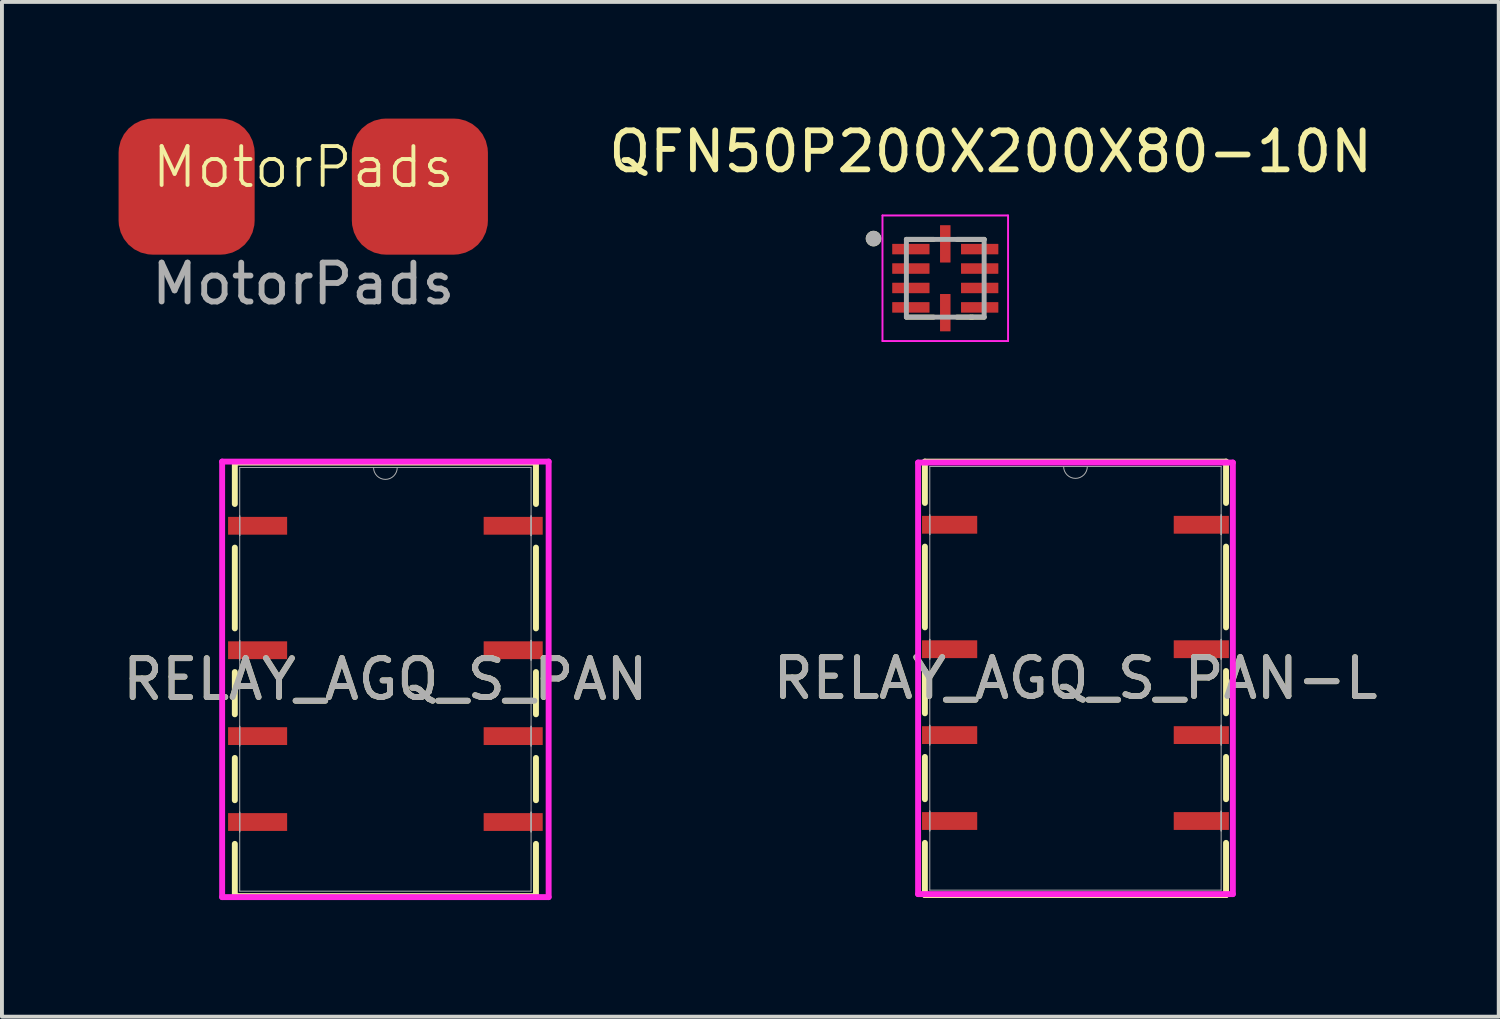
<source format=kicad_pcb>
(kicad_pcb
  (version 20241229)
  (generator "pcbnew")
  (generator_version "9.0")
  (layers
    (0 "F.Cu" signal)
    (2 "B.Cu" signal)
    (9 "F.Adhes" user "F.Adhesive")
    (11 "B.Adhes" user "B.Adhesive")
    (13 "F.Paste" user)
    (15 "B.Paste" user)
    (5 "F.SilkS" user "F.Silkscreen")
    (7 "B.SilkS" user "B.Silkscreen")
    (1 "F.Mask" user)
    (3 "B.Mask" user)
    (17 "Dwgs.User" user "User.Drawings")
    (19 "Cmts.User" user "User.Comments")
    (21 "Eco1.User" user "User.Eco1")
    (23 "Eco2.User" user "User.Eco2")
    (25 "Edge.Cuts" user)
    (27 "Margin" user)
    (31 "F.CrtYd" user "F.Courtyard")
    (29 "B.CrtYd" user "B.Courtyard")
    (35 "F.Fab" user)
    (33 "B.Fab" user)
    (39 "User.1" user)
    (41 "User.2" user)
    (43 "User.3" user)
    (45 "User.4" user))
  (footprint "RELAY_AGQ_S_PAN"
    (layer "F.Cu")
    (at 6.863 14.424)
    (property "Reference" "RELAY_AGQ_S_PAN" (at 0 0 0) (unlocked yes) (layer "F.SilkS") (effects (font (size 1 1) (thickness 0.15))))
    (attr smd)
    (fp_line (start -3.873 -5.575) (end -3.873 -4.511) (stroke (width 0.152) (type solid)) (layer "F.SilkS"))
    (fp_line (start -3.873 -3.388) (end -3.873 -1.311) (stroke (width 0.152) (type solid)) (layer "F.SilkS"))
    (fp_line (start -3.873 -0.188) (end -3.873 0.899) (stroke (width 0.152) (type solid)) (layer "F.SilkS"))
    (fp_line (start -3.873 2.022) (end -3.873 3.109) (stroke (width 0.152) (type solid)) (layer "F.SilkS"))
    (fp_line (start -3.873 4.232) (end -3.873 5.575) (stroke (width 0.152) (type solid)) (layer "F.SilkS"))
    (fp_line (start -3.873 5.575) (end 3.873 5.575) (stroke (width 0.152) (type solid)) (layer "F.SilkS"))
    (fp_line (start 3.873 -5.575) (end -3.873 -5.575) (stroke (width 0.152) (type solid)) (layer "F.SilkS"))
    (fp_line (start 3.873 -4.511) (end 3.873 -5.575) (stroke (width 0.152) (type solid)) (layer "F.SilkS"))
    (fp_line (start 3.873 -1.311) (end 3.873 -3.388) (stroke (width 0.152) (type solid)) (layer "F.SilkS"))
    (fp_line (start 3.873 0.899) (end 3.873 -0.188) (stroke (width 0.152) (type solid)) (layer "F.SilkS"))
    (fp_line (start 3.873 3.109) (end 3.873 2.022) (stroke (width 0.152) (type solid)) (layer "F.SilkS"))
    (fp_line (start 3.873 5.575) (end 3.873 4.232) (stroke (width 0.152) (type solid)) (layer "F.SilkS"))
    (fp_line (start -4.199 -5.601) (end 4.199 -5.601) (stroke (width 0.152) (type solid)) (layer "F.CrtYd"))
    (fp_line (start -4.199 5.601) (end -4.199 -5.601) (stroke (width 0.152) (type solid)) (layer "F.CrtYd"))
    (fp_line (start 4.199 -5.601) (end 4.199 5.601) (stroke (width 0.152) (type solid)) (layer "F.CrtYd"))
    (fp_line (start 4.199 5.601) (end -4.199 5.601) (stroke (width 0.152) (type solid)) (layer "F.CrtYd"))
    (fp_line (start -3.747 -5.448) (end -3.747 5.448) (stroke (width 0.025) (type solid)) (layer "F.Fab"))
    (fp_line (start -3.747 -4.204) (end -3.747 -4.204) (stroke (width 0.025) (type solid)) (layer "F.Fab"))
    (fp_line (start -3.747 -4.204) (end -3.747 -3.696) (stroke (width 0.025) (type solid)) (layer "F.Fab"))
    (fp_line (start -3.747 -3.696) (end -3.747 -4.204) (stroke (width 0.025) (type solid)) (layer "F.Fab"))
    (fp_line (start -3.747 -3.696) (end -3.747 -3.696) (stroke (width 0.025) (type solid)) (layer "F.Fab"))
    (fp_line (start -3.747 -1.003) (end -3.747 -1.003) (stroke (width 0.025) (type solid)) (layer "F.Fab"))
    (fp_line (start -3.747 -1.003) (end -3.747 -0.495) (stroke (width 0.025) (type solid)) (layer "F.Fab"))
    (fp_line (start -3.747 -0.495) (end -3.747 -1.003) (stroke (width 0.025) (type solid)) (layer "F.Fab"))
    (fp_line (start -3.747 -0.495) (end -3.747 -0.495) (stroke (width 0.025) (type solid)) (layer "F.Fab"))
    (fp_line (start -3.747 1.206) (end -3.747 1.206) (stroke (width 0.025) (type solid)) (layer "F.Fab"))
    (fp_line (start -3.747 1.206) (end -3.747 1.714) (stroke (width 0.025) (type solid)) (layer "F.Fab"))
    (fp_line (start -3.747 1.714) (end -3.747 1.206) (stroke (width 0.025) (type solid)) (layer "F.Fab"))
    (fp_line (start -3.747 1.714) (end -3.747 1.714) (stroke (width 0.025) (type solid)) (layer "F.Fab"))
    (fp_line (start -3.747 3.416) (end -3.747 3.416) (stroke (width 0.025) (type solid)) (layer "F.Fab"))
    (fp_line (start -3.747 3.416) (end -3.747 3.924) (stroke (width 0.025) (type solid)) (layer "F.Fab"))
    (fp_line (start -3.747 3.924) (end -3.747 3.416) (stroke (width 0.025) (type solid)) (layer "F.Fab"))
    (fp_line (start -3.747 3.924) (end -3.747 3.924) (stroke (width 0.025) (type solid)) (layer "F.Fab"))
    (fp_line (start -3.747 5.448) (end 3.747 5.448) (stroke (width 0.025) (type solid)) (layer "F.Fab"))
    (fp_line (start 3.747 -5.448) (end -3.747 -5.448) (stroke (width 0.025) (type solid)) (layer "F.Fab"))
    (fp_line (start 3.747 -4.204) (end 3.747 -4.204) (stroke (width 0.025) (type solid)) (layer "F.Fab"))
    (fp_line (start 3.747 -4.204) (end 3.747 -3.696) (stroke (width 0.025) (type solid)) (layer "F.Fab"))
    (fp_line (start 3.747 -3.696) (end 3.747 -4.204) (stroke (width 0.025) (type solid)) (layer "F.Fab"))
    (fp_line (start 3.747 -3.696) (end 3.747 -3.696) (stroke (width 0.025) (type solid)) (layer "F.Fab"))
    (fp_line (start 3.747 -1.003) (end 3.747 -1.003) (stroke (width 0.025) (type solid)) (layer "F.Fab"))
    (fp_line (start 3.747 -1.003) (end 3.747 -0.495) (stroke (width 0.025) (type solid)) (layer "F.Fab"))
    (fp_line (start 3.747 -0.495) (end 3.747 -1.003) (stroke (width 0.025) (type solid)) (layer "F.Fab"))
    (fp_line (start 3.747 -0.495) (end 3.747 -0.495) (stroke (width 0.025) (type solid)) (layer "F.Fab"))
    (fp_line (start 3.747 1.206) (end 3.747 1.206) (stroke (width 0.025) (type solid)) (layer "F.Fab"))
    (fp_line (start 3.747 1.206) (end 3.747 1.714) (stroke (width 0.025) (type solid)) (layer "F.Fab"))
    (fp_line (start 3.747 1.714) (end 3.747 1.206) (stroke (width 0.025) (type solid)) (layer "F.Fab"))
    (fp_line (start 3.747 1.714) (end 3.747 1.714) (stroke (width 0.025) (type solid)) (layer "F.Fab"))
    (fp_line (start 3.747 3.416) (end 3.747 3.416) (stroke (width 0.025) (type solid)) (layer "F.Fab"))
    (fp_line (start 3.747 3.416) (end 3.747 3.924) (stroke (width 0.025) (type solid)) (layer "F.Fab"))
    (fp_line (start 3.747 3.924) (end 3.747 3.416) (stroke (width 0.025) (type solid)) (layer "F.Fab"))
    (fp_line (start 3.747 3.924) (end 3.747 3.924) (stroke (width 0.025) (type solid)) (layer "F.Fab"))
    (fp_line (start 3.747 5.448) (end 3.747 -5.448) (stroke (width 0.025) (type solid)) (layer "F.Fab"))
    (fp_arc (start 0.3048 -5.4483) (mid 0 -5.1435) (end -0.3048 -5.4483) (stroke (width 0.0254) (type solid)) (layer "F.Fab"))
    (fp_text user "${REFERENCE}" (at 0 0 0) (unlocked yes) (layer "F.Fab") (effects (font (size 1 1) (thickness 0.15))))
    (pad "1" smd rect (at -3.287 -3.95) (size 1.519 0.458) (layers "F.Cu" "F.Mask" "F.Paste"))
    (pad "2" smd rect (at -3.287 -0.749) (size 1.519 0.458) (layers "F.Cu" "F.Mask" "F.Paste"))
    (pad "3" smd rect (at -3.287 1.46) (size 1.519 0.458) (layers "F.Cu" "F.Mask" "F.Paste"))
    (pad "4" smd rect (at -3.287 3.67) (size 1.519 0.458) (layers "F.Cu" "F.Mask" "F.Paste"))
    (pad "5" smd rect (at 3.287 3.67) (size 1.519 0.458) (layers "F.Cu" "F.Mask" "F.Paste"))
    (pad "6" smd rect (at 3.287 1.46) (size 1.519 0.458) (layers "F.Cu" "F.Mask" "F.Paste"))
    (pad "7" smd rect (at 3.287 -0.749) (size 1.519 0.458) (layers "F.Cu" "F.Mask" "F.Paste"))
    (pad "8" smd rect (at 3.287 -3.95) (size 1.519 0.458) (layers "F.Cu" "F.Mask" "F.Paste")))
  (footprint "QFN50P200X200X80-10N"
    (layer "F.Cu")
    (at 21.264 4.107)
    (property "Reference" "QFN50P200X200X80-10N" (at 1.168 -3.257 0) (layer "F.SilkS") (effects (font (size 1.002 1.002) (thickness 0.15))))
    (attr smd)
    (fp_line (start -1 -1) (end -0.3 -1) (stroke (width 0.127) (type solid)) (layer "F.SilkS"))
    (fp_line (start -1 1) (end -0.3 1) (stroke (width 0.127) (type solid)) (layer "F.SilkS"))
    (fp_line (start 0.65 1) (end 0.3 1) (stroke (width 0.127) (type solid)) (layer "F.SilkS"))
    (fp_line (start 0.7 1) (end 0.65 1) (stroke (width 0.127) (type solid)) (layer "F.SilkS"))
    (fp_line (start 1 -1) (end 0.3 -1) (stroke (width 0.127) (type solid)) (layer "F.SilkS"))
    (fp_line (start 1 1) (end 0.7 1) (stroke (width 0.127) (type solid)) (layer "F.SilkS"))
    (fp_circle (center -1.845 -1.02) (end -1.745 -1.02) (stroke (width 0.2) (type solid)) (fill no) (layer "F.SilkS"))
    (fp_line (start -1.615 -1.615) (end 1.615 -1.615) (stroke (width 0.05) (type solid)) (layer "F.CrtYd"))
    (fp_line (start -1.615 1.615) (end -1.615 -1.615) (stroke (width 0.05) (type solid)) (layer "F.CrtYd"))
    (fp_line (start -1.615 1.615) (end 1.615 1.615) (stroke (width 0.05) (type solid)) (layer "F.CrtYd"))
    (fp_line (start 1.615 1.615) (end 1.615 -1.615) (stroke (width 0.05) (type solid)) (layer "F.CrtYd"))
    (fp_line (start -1 1) (end -1 -1) (stroke (width 0.127) (type solid)) (layer "F.Fab"))
    (fp_line (start 1 -1) (end -1 -1) (stroke (width 0.127) (type solid)) (layer "F.Fab"))
    (fp_line (start 1 1) (end -1 1) (stroke (width 0.127) (type solid)) (layer "F.Fab"))
    (fp_line (start 1 1) (end 1 -1) (stroke (width 0.127) (type solid)) (layer "F.Fab"))
    (fp_circle (center -1.845 -1.02) (end -1.745 -1.02) (stroke (width 0.2) (type solid)) (fill no) (layer "F.Fab"))
    (pad "1" smd roundrect (at -0.885 -0.75) (size 0.96 0.27) (layers "F.Cu" "F.Mask" "F.Paste") (roundrect_rratio 0.03))
    (pad "2" smd roundrect (at -0.885 -0.25) (size 0.96 0.27) (layers "F.Cu" "F.Mask" "F.Paste") (roundrect_rratio 0.03))
    (pad "3" smd roundrect (at -0.885 0.25) (size 0.96 0.27) (layers "F.Cu" "F.Mask" "F.Paste") (roundrect_rratio 0.03))
    (pad "4" smd roundrect (at -0.885 0.75) (size 0.96 0.27) (layers "F.Cu" "F.Mask" "F.Paste") (roundrect_rratio 0.03))
    (pad "5" smd roundrect (at 0 0.885 90) (size 0.96 0.27) (layers "F.Cu" "F.Mask" "F.Paste") (roundrect_rratio 0.03))
    (pad "6" smd roundrect (at 0.885 0.75) (size 0.96 0.27) (layers "F.Cu" "F.Mask" "F.Paste") (roundrect_rratio 0.03))
    (pad "7" smd roundrect (at 0.885 0.25) (size 0.96 0.27) (layers "F.Cu" "F.Mask" "F.Paste") (roundrect_rratio 0.03))
    (pad "8" smd roundrect (at 0.885 -0.25) (size 0.96 0.27) (layers "F.Cu" "F.Mask" "F.Paste") (roundrect_rratio 0.03))
    (pad "9" smd roundrect (at 0.885 -0.75) (size 0.96 0.27) (layers "F.Cu" "F.Mask" "F.Paste") (roundrect_rratio 0.03))
    (pad "10" smd roundrect (at 0 -0.885 90) (size 0.96 0.27) (layers "F.Cu" "F.Mask" "F.Paste") (roundrect_rratio 0.03)))
  (footprint "RELAY_AGQ_S_PAN-L"
    (layer "F.Cu")
    (at 24.613 14.398)
    (property "Reference" "RELAY_AGQ_S_PAN-L" (at 0 0 0) (unlocked yes) (layer "F.SilkS") (effects (font (size 1 1) (thickness 0.15))))
    (attr smd)
    (fp_line (start -3.873 -5.575) (end -3.873 -4.511) (stroke (width 0.152) (type solid)) (layer "F.SilkS"))
    (fp_line (start -3.873 -3.388) (end -3.873 -1.311) (stroke (width 0.152) (type solid)) (layer "F.SilkS"))
    (fp_line (start -3.873 -0.188) (end -3.873 0.899) (stroke (width 0.152) (type solid)) (layer "F.SilkS"))
    (fp_line (start -3.873 2.022) (end -3.873 3.109) (stroke (width 0.152) (type solid)) (layer "F.SilkS"))
    (fp_line (start -3.873 4.232) (end -3.873 5.575) (stroke (width 0.152) (type solid)) (layer "F.SilkS"))
    (fp_line (start -3.873 5.575) (end 3.873 5.575) (stroke (width 0.152) (type solid)) (layer "F.SilkS"))
    (fp_line (start 3.873 -5.575) (end -3.873 -5.575) (stroke (width 0.152) (type solid)) (layer "F.SilkS"))
    (fp_line (start 3.873 -4.511) (end 3.873 -5.575) (stroke (width 0.152) (type solid)) (layer "F.SilkS"))
    (fp_line (start 3.873 -1.311) (end 3.873 -3.388) (stroke (width 0.152) (type solid)) (layer "F.SilkS"))
    (fp_line (start 3.873 0.899) (end 3.873 -0.188) (stroke (width 0.152) (type solid)) (layer "F.SilkS"))
    (fp_line (start 3.873 3.109) (end 3.873 2.022) (stroke (width 0.152) (type solid)) (layer "F.SilkS"))
    (fp_line (start 3.873 5.575) (end 3.873 4.232) (stroke (width 0.152) (type solid)) (layer "F.SilkS"))
    (fp_line (start -4.048 -5.55) (end 4.048 -5.55) (stroke (width 0.152) (type solid)) (layer "F.CrtYd"))
    (fp_line (start -4.048 5.55) (end -4.048 -5.55) (stroke (width 0.152) (type solid)) (layer "F.CrtYd"))
    (fp_line (start 4.048 -5.55) (end 4.048 5.55) (stroke (width 0.152) (type solid)) (layer "F.CrtYd"))
    (fp_line (start 4.048 5.55) (end -4.048 5.55) (stroke (width 0.152) (type solid)) (layer "F.CrtYd"))
    (fp_line (start -3.747 -5.448) (end -3.747 5.448) (stroke (width 0.025) (type solid)) (layer "F.Fab"))
    (fp_line (start -3.747 -4.204) (end -3.747 -4.204) (stroke (width 0.025) (type solid)) (layer "F.Fab"))
    (fp_line (start -3.747 -4.204) (end -3.747 -3.696) (stroke (width 0.025) (type solid)) (layer "F.Fab"))
    (fp_line (start -3.747 -3.696) (end -3.747 -4.204) (stroke (width 0.025) (type solid)) (layer "F.Fab"))
    (fp_line (start -3.747 -3.696) (end -3.747 -3.696) (stroke (width 0.025) (type solid)) (layer "F.Fab"))
    (fp_line (start -3.747 -1.003) (end -3.747 -1.003) (stroke (width 0.025) (type solid)) (layer "F.Fab"))
    (fp_line (start -3.747 -1.003) (end -3.747 -0.495) (stroke (width 0.025) (type solid)) (layer "F.Fab"))
    (fp_line (start -3.747 -0.495) (end -3.747 -1.003) (stroke (width 0.025) (type solid)) (layer "F.Fab"))
    (fp_line (start -3.747 -0.495) (end -3.747 -0.495) (stroke (width 0.025) (type solid)) (layer "F.Fab"))
    (fp_line (start -3.747 1.206) (end -3.747 1.206) (stroke (width 0.025) (type solid)) (layer "F.Fab"))
    (fp_line (start -3.747 1.206) (end -3.747 1.714) (stroke (width 0.025) (type solid)) (layer "F.Fab"))
    (fp_line (start -3.747 1.714) (end -3.747 1.206) (stroke (width 0.025) (type solid)) (layer "F.Fab"))
    (fp_line (start -3.747 1.714) (end -3.747 1.714) (stroke (width 0.025) (type solid)) (layer "F.Fab"))
    (fp_line (start -3.747 3.416) (end -3.747 3.416) (stroke (width 0.025) (type solid)) (layer "F.Fab"))
    (fp_line (start -3.747 3.416) (end -3.747 3.924) (stroke (width 0.025) (type solid)) (layer "F.Fab"))
    (fp_line (start -3.747 3.924) (end -3.747 3.416) (stroke (width 0.025) (type solid)) (layer "F.Fab"))
    (fp_line (start -3.747 3.924) (end -3.747 3.924) (stroke (width 0.025) (type solid)) (layer "F.Fab"))
    (fp_line (start -3.747 5.448) (end 3.747 5.448) (stroke (width 0.025) (type solid)) (layer "F.Fab"))
    (fp_line (start 3.747 -5.448) (end -3.747 -5.448) (stroke (width 0.025) (type solid)) (layer "F.Fab"))
    (fp_line (start 3.747 -4.204) (end 3.747 -4.204) (stroke (width 0.025) (type solid)) (layer "F.Fab"))
    (fp_line (start 3.747 -4.204) (end 3.747 -3.696) (stroke (width 0.025) (type solid)) (layer "F.Fab"))
    (fp_line (start 3.747 -3.696) (end 3.747 -4.204) (stroke (width 0.025) (type solid)) (layer "F.Fab"))
    (fp_line (start 3.747 -3.696) (end 3.747 -3.696) (stroke (width 0.025) (type solid)) (layer "F.Fab"))
    (fp_line (start 3.747 -1.003) (end 3.747 -1.003) (stroke (width 0.025) (type solid)) (layer "F.Fab"))
    (fp_line (start 3.747 -1.003) (end 3.747 -0.495) (stroke (width 0.025) (type solid)) (layer "F.Fab"))
    (fp_line (start 3.747 -0.495) (end 3.747 -1.003) (stroke (width 0.025) (type solid)) (layer "F.Fab"))
    (fp_line (start 3.747 -0.495) (end 3.747 -0.495) (stroke (width 0.025) (type solid)) (layer "F.Fab"))
    (fp_line (start 3.747 1.206) (end 3.747 1.206) (stroke (width 0.025) (type solid)) (layer "F.Fab"))
    (fp_line (start 3.747 1.206) (end 3.747 1.714) (stroke (width 0.025) (type solid)) (layer "F.Fab"))
    (fp_line (start 3.747 1.714) (end 3.747 1.206) (stroke (width 0.025) (type solid)) (layer "F.Fab"))
    (fp_line (start 3.747 1.714) (end 3.747 1.714) (stroke (width 0.025) (type solid)) (layer "F.Fab"))
    (fp_line (start 3.747 3.416) (end 3.747 3.416) (stroke (width 0.025) (type solid)) (layer "F.Fab"))
    (fp_line (start 3.747 3.416) (end 3.747 3.924) (stroke (width 0.025) (type solid)) (layer "F.Fab"))
    (fp_line (start 3.747 3.924) (end 3.747 3.416) (stroke (width 0.025) (type solid)) (layer "F.Fab"))
    (fp_line (start 3.747 3.924) (end 3.747 3.924) (stroke (width 0.025) (type solid)) (layer "F.Fab"))
    (fp_line (start 3.747 5.448) (end 3.747 -5.448) (stroke (width 0.025) (type solid)) (layer "F.Fab"))
    (fp_arc (start 0.3048 -5.4483) (mid 0 -5.1435) (end -0.3048 -5.4483) (stroke (width 0.0254) (type solid)) (layer "F.Fab"))
    (fp_text user "${REFERENCE}" (at 0 0 0) (unlocked yes) (layer "F.Fab") (effects (font (size 1 1) (thickness 0.15))))
    (pad "1" smd rect (at -3.237 -3.95) (size 1.419 0.458) (layers "F.Cu" "F.Mask" "F.Paste"))
    (pad "2" smd rect (at -3.237 -0.749) (size 1.419 0.458) (layers "F.Cu" "F.Mask" "F.Paste"))
    (pad "3" smd rect (at -3.237 1.46) (size 1.419 0.458) (layers "F.Cu" "F.Mask" "F.Paste"))
    (pad "4" smd rect (at -3.237 3.67) (size 1.419 0.458) (layers "F.Cu" "F.Mask" "F.Paste"))
    (pad "5" smd rect (at 3.237 3.67) (size 1.419 0.458) (layers "F.Cu" "F.Mask" "F.Paste"))
    (pad "6" smd rect (at 3.237 1.46) (size 1.419 0.458) (layers "F.Cu" "F.Mask" "F.Paste"))
    (pad "7" smd rect (at 3.237 -0.749) (size 1.419 0.458) (layers "F.Cu" "F.Mask" "F.Paste"))
    (pad "8" smd rect (at 3.237 -3.95) (size 1.419 0.458) (layers "F.Cu" "F.Mask" "F.Paste")))
  (footprint "MotorPads"
    (layer "F.Cu")
    (at 4.75 1.75)
    (property "Reference" "MotorPads" (at 0 -0.5 0) (unlocked yes) (layer "F.SilkS") (effects (font (size 1 1) (thickness 0.1))))
    (attr smd)
    (fp_text user "${REFERENCE}" (at 0 2.5 0) (unlocked yes) (layer "F.Fab") (effects (font (size 1 1) (thickness 0.15))))
    (pad "1" smd roundrect (at -3 0) (size 3.5 3.5) (layers "F.Cu" "F.Mask" "F.Paste") (roundrect_rratio 0.25))
    (pad "2" smd roundrect (at 3 0) (size 3.5 3.5) (layers "F.Cu" "F.Mask" "F.Paste") (roundrect_rratio 0.25)))
  (gr_rect
    (start -3 -3)
    (end 35.5 23.1)
    (stroke (width 0.1) (type default))
    (fill no)
    (layer "Edge.Cuts")))
</source>
